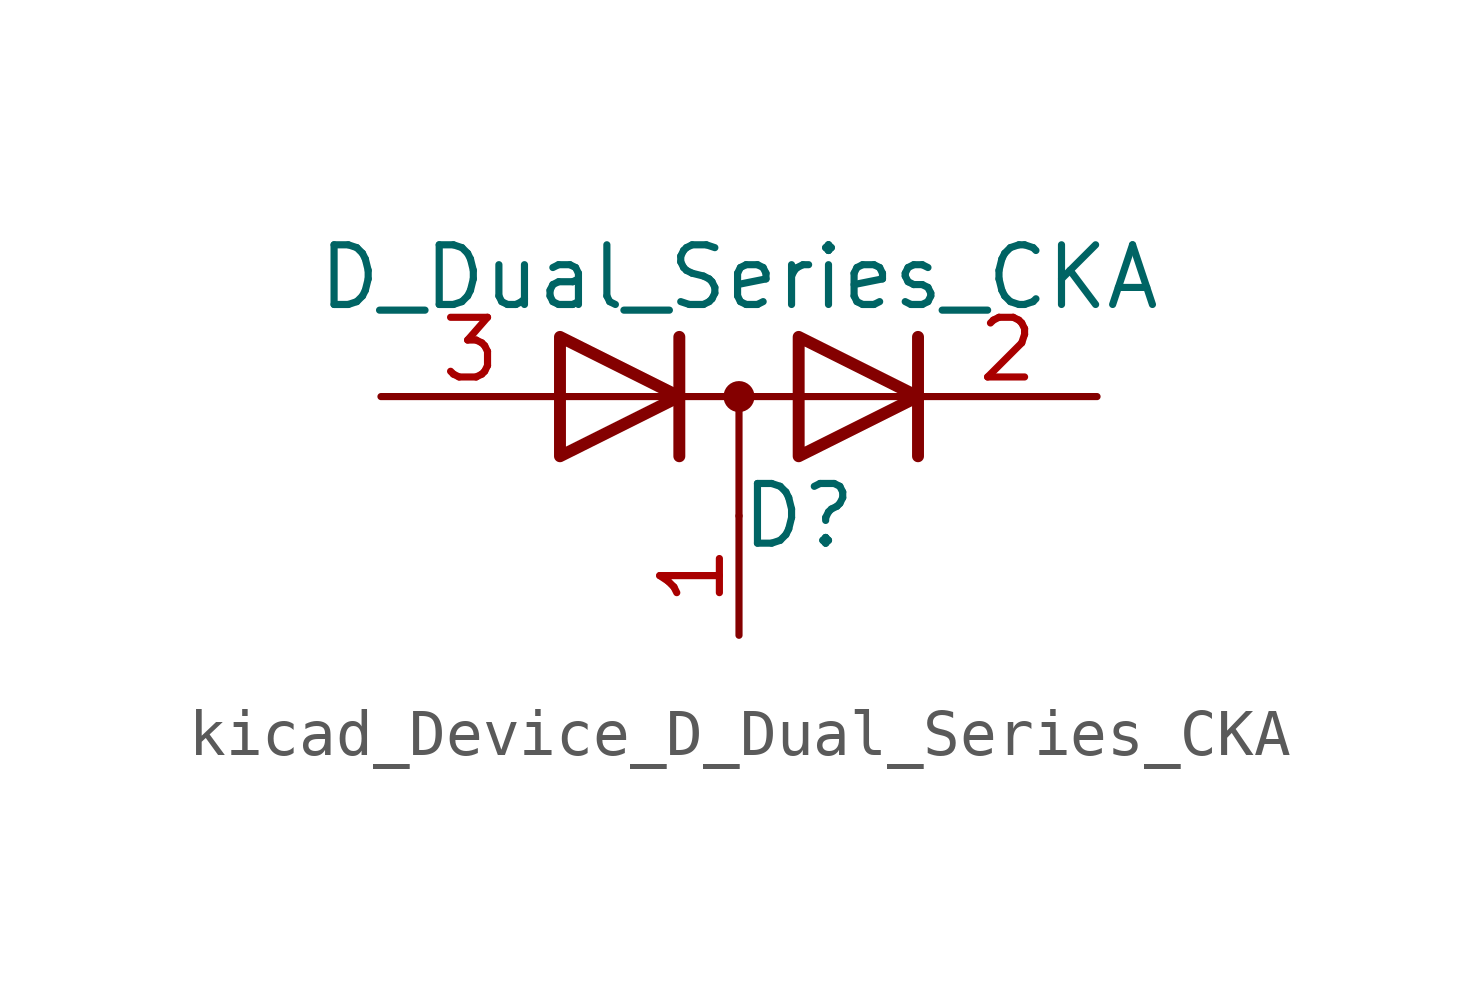
<source format=kicad_sym>
(kicad_symbol_lib
  (version 20220914)
  (generator kicad_symbol_editor)
  (symbol "kicad_Device_D_Dual_Series_CKA"
    (pin_names
      (offset 0.762) hide)
    (property "Reference" "D"
      (at 1.27 -2.54 0)
      (effects (font (size 1.27 1.27))))
    (property "Value" "D_Dual_Series_CKA"
      (at 0 2.54 0)
      (effects (font (size 1.27 1.27))))
    (symbol "kicad_Device_D_Dual_Series_CKA_0_1"
      (polyline (pts (xy -3.81 0) (xy 3.81 0)) (stroke (width 0) (type default)) (fill (type none)))
      (polyline (pts (xy 0 0) (xy 0 -2.54)) (stroke (width 0) (type default)) (fill (type none)))
      (polyline (pts (xy -1.27 -1.27) (xy -1.27 1.27) (xy -1.27 1.27)) (stroke (width 0.254) (type default)) (fill (type none)))
      (polyline (pts (xy 3.81 1.27) (xy 3.81 -1.27) (xy 3.81 -1.27)) (stroke (width 0.254) (type default)) (fill (type none)))
      (polyline (pts (xy -3.81 1.27) (xy -1.27 0) (xy -3.81 -1.27) (xy -3.81 1.27) (xy -3.81 1.27) (xy -3.81 1.27)) (stroke (width 0.254) (type default)) (fill (type none)))
      (polyline (pts (xy 1.27 1.27) (xy 3.81 0) (xy 1.27 -1.27) (xy 1.27 1.27) (xy 1.27 1.27) (xy 1.27 1.27)) (stroke (width 0.254) (type default)) (fill (type none)))
      (circle (center 0 0) (radius 0.254) (stroke (width 0) (type default)) (fill (type outline)))
      (pin passive line (at 0 -5.08 90) (length 2.54) (name "common" (effects (font (size 1.27 1.27)))) (number "1" (effects (font (size 1.27 1.27)))))
      (pin passive line (at 7.62 0 180) (length 3.81) (name "K" (effects (font (size 1.27 1.27)))) (number "2" (effects (font (size 1.27 1.27)))))
      (pin passive line (at -7.62 0 0) (length 3.81) (name "A" (effects (font (size 1.27 1.27)))) (number "3" (effects (font (size 1.27 1.27))))))))
</source>
